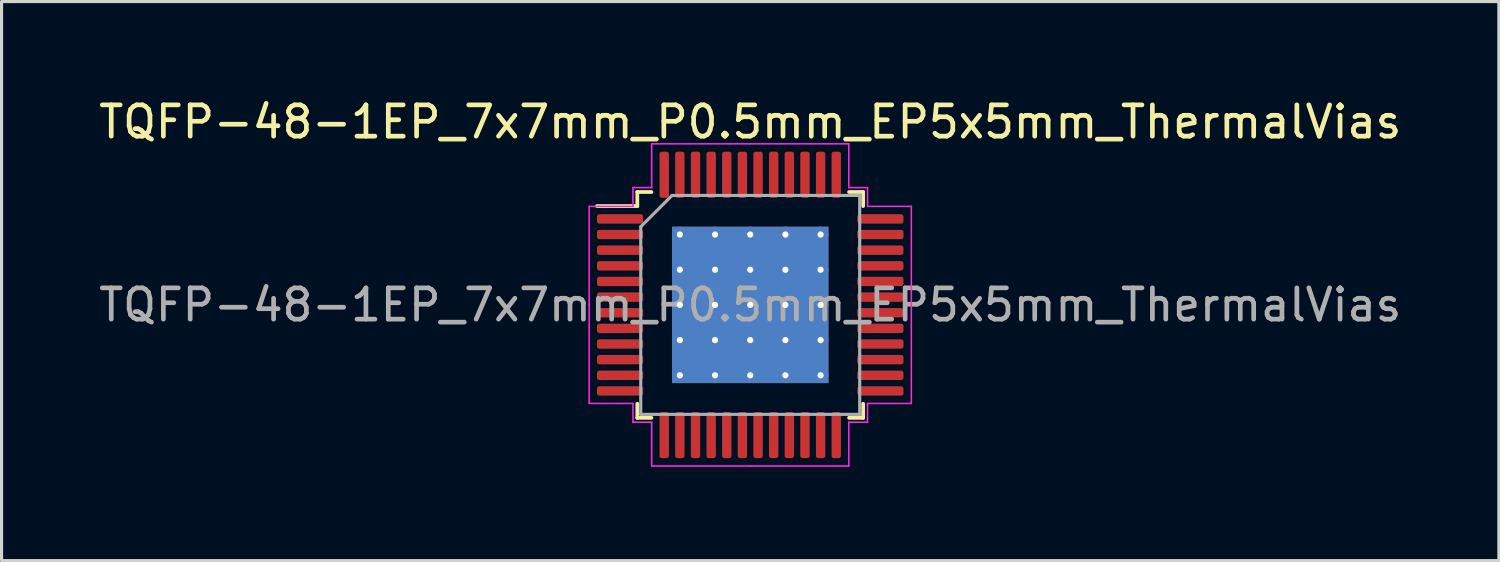
<source format=kicad_pcb>
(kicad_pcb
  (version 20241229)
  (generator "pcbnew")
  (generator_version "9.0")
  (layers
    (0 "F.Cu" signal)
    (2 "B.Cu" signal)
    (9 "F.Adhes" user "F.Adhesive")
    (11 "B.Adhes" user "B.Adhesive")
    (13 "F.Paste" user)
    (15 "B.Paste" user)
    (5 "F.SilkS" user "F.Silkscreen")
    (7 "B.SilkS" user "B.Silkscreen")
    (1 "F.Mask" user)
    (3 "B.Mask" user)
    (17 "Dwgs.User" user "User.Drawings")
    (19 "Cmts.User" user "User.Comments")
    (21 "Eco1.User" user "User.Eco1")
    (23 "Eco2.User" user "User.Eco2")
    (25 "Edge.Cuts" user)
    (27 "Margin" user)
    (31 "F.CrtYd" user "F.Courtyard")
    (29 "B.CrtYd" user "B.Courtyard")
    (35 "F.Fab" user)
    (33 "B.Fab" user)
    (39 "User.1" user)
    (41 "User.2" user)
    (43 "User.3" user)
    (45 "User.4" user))
  (footprint "TQFP-48-1EP_7x7mm_P0.5mm_EP5x5mm_ThermalVias"
    (layer "F.Cu")
    (at 20.935 6.698)
    (property "Reference" "TQFP-48-1EP_7x7mm_P0.5mm_EP5x5mm_ThermalVias" (at 0 -5.85 0) (layer "F.SilkS") (effects (font (size 1 1) (thickness 0.15))))
    (attr smd)
    (fp_line (start -3.61 -3.61) (end -3.61 -3.16) (stroke (width 0.12) (type solid)) (layer "F.SilkS"))
    (fp_line (start -3.61 -3.16) (end -4.9 -3.16) (stroke (width 0.12) (type solid)) (layer "F.SilkS"))
    (fp_line (start -3.61 3.61) (end -3.61 3.16) (stroke (width 0.12) (type solid)) (layer "F.SilkS"))
    (fp_line (start -3.16 -3.61) (end -3.61 -3.61) (stroke (width 0.12) (type solid)) (layer "F.SilkS"))
    (fp_line (start -3.16 3.61) (end -3.61 3.61) (stroke (width 0.12) (type solid)) (layer "F.SilkS"))
    (fp_line (start 3.16 -3.61) (end 3.61 -3.61) (stroke (width 0.12) (type solid)) (layer "F.SilkS"))
    (fp_line (start 3.16 3.61) (end 3.61 3.61) (stroke (width 0.12) (type solid)) (layer "F.SilkS"))
    (fp_line (start 3.61 -3.61) (end 3.61 -3.16) (stroke (width 0.12) (type solid)) (layer "F.SilkS"))
    (fp_line (start 3.61 3.61) (end 3.61 3.16) (stroke (width 0.12) (type solid)) (layer "F.SilkS"))
    (fp_line (start -5.15 -3.15) (end -5.15 0) (stroke (width 0.05) (type solid)) (layer "F.CrtYd"))
    (fp_line (start -5.15 3.15) (end -5.15 0) (stroke (width 0.05) (type solid)) (layer "F.CrtYd"))
    (fp_line (start -3.75 -3.75) (end -3.75 -3.15) (stroke (width 0.05) (type solid)) (layer "F.CrtYd"))
    (fp_line (start -3.75 -3.15) (end -5.15 -3.15) (stroke (width 0.05) (type solid)) (layer "F.CrtYd"))
    (fp_line (start -3.75 3.15) (end -5.15 3.15) (stroke (width 0.05) (type solid)) (layer "F.CrtYd"))
    (fp_line (start -3.75 3.75) (end -3.75 3.15) (stroke (width 0.05) (type solid)) (layer "F.CrtYd"))
    (fp_line (start -3.15 -5.15) (end -3.15 -3.75) (stroke (width 0.05) (type solid)) (layer "F.CrtYd"))
    (fp_line (start -3.15 -3.75) (end -3.75 -3.75) (stroke (width 0.05) (type solid)) (layer "F.CrtYd"))
    (fp_line (start -3.15 3.75) (end -3.75 3.75) (stroke (width 0.05) (type solid)) (layer "F.CrtYd"))
    (fp_line (start -3.15 5.15) (end -3.15 3.75) (stroke (width 0.05) (type solid)) (layer "F.CrtYd"))
    (fp_line (start 0 -5.15) (end -3.15 -5.15) (stroke (width 0.05) (type solid)) (layer "F.CrtYd"))
    (fp_line (start 0 -5.15) (end 3.15 -5.15) (stroke (width 0.05) (type solid)) (layer "F.CrtYd"))
    (fp_line (start 0 5.15) (end -3.15 5.15) (stroke (width 0.05) (type solid)) (layer "F.CrtYd"))
    (fp_line (start 0 5.15) (end 3.15 5.15) (stroke (width 0.05) (type solid)) (layer "F.CrtYd"))
    (fp_line (start 3.15 -5.15) (end 3.15 -3.75) (stroke (width 0.05) (type solid)) (layer "F.CrtYd"))
    (fp_line (start 3.15 -3.75) (end 3.75 -3.75) (stroke (width 0.05) (type solid)) (layer "F.CrtYd"))
    (fp_line (start 3.15 3.75) (end 3.75 3.75) (stroke (width 0.05) (type solid)) (layer "F.CrtYd"))
    (fp_line (start 3.15 5.15) (end 3.15 3.75) (stroke (width 0.05) (type solid)) (layer "F.CrtYd"))
    (fp_line (start 3.75 -3.75) (end 3.75 -3.15) (stroke (width 0.05) (type solid)) (layer "F.CrtYd"))
    (fp_line (start 3.75 -3.15) (end 5.15 -3.15) (stroke (width 0.05) (type solid)) (layer "F.CrtYd"))
    (fp_line (start 3.75 3.15) (end 5.15 3.15) (stroke (width 0.05) (type solid)) (layer "F.CrtYd"))
    (fp_line (start 3.75 3.75) (end 3.75 3.15) (stroke (width 0.05) (type solid)) (layer "F.CrtYd"))
    (fp_line (start 5.15 -3.15) (end 5.15 0) (stroke (width 0.05) (type solid)) (layer "F.CrtYd"))
    (fp_line (start 5.15 3.15) (end 5.15 0) (stroke (width 0.05) (type solid)) (layer "F.CrtYd"))
    (fp_line (start -3.5 -2.5) (end -2.5 -3.5) (stroke (width 0.1) (type solid)) (layer "F.Fab"))
    (fp_line (start -3.5 3.5) (end -3.5 -2.5) (stroke (width 0.1) (type solid)) (layer "F.Fab"))
    (fp_line (start -2.5 -3.5) (end 3.5 -3.5) (stroke (width 0.1) (type solid)) (layer "F.Fab"))
    (fp_line (start 3.5 -3.5) (end 3.5 3.5) (stroke (width 0.1) (type solid)) (layer "F.Fab"))
    (fp_line (start 3.5 3.5) (end -3.5 3.5) (stroke (width 0.1) (type solid)) (layer "F.Fab"))
    (fp_text user "${REFERENCE}" (at 0 0 0) (layer "F.Fab") (effects (font (size 1 1) (thickness 0.15))))
    (pad "" smd custom (at -1.688 -1.688) (size 0.891 0.891) (layers "F.Paste") (options (anchor circle)) (primitives (gr_poly (pts (xy -0.387 -0.29) (xy -0.29 -0.387) (xy 0.29 -0.387) (xy 0.387 -0.29) (xy 0.387 0.29) (xy 0.29 0.387) (xy -0.29 0.387) (xy -0.387 0.29)) (width 0.234) (fill yes))))
    (pad "" smd custom (at -1.688 -0.562) (size 0.891 0.891) (layers "F.Paste") (options (anchor circle)) (primitives (gr_poly (pts (xy -0.387 -0.29) (xy -0.29 -0.387) (xy 0.29 -0.387) (xy 0.387 -0.29) (xy 0.387 0.29) (xy 0.29 0.387) (xy -0.29 0.387) (xy -0.387 0.29)) (width 0.234) (fill yes))))
    (pad "" smd custom (at -1.688 0.562) (size 0.891 0.891) (layers "F.Paste") (options (anchor circle)) (primitives (gr_poly (pts (xy -0.387 -0.29) (xy -0.29 -0.387) (xy 0.29 -0.387) (xy 0.387 -0.29) (xy 0.387 0.29) (xy 0.29 0.387) (xy -0.29 0.387) (xy -0.387 0.29)) (width 0.234) (fill yes))))
    (pad "" smd custom (at -1.688 1.688) (size 0.891 0.891) (layers "F.Paste") (options (anchor circle)) (primitives (gr_poly (pts (xy -0.387 -0.29) (xy -0.29 -0.387) (xy 0.29 -0.387) (xy 0.387 -0.29) (xy 0.387 0.29) (xy 0.29 0.387) (xy -0.29 0.387) (xy -0.387 0.29)) (width 0.234) (fill yes))))
    (pad "" smd custom (at -0.562 -1.688) (size 0.891 0.891) (layers "F.Paste") (options (anchor circle)) (primitives (gr_poly (pts (xy -0.387 -0.29) (xy -0.29 -0.387) (xy 0.29 -0.387) (xy 0.387 -0.29) (xy 0.387 0.29) (xy 0.29 0.387) (xy -0.29 0.387) (xy -0.387 0.29)) (width 0.234) (fill yes))))
    (pad "" smd custom (at -0.562 -0.562) (size 0.891 0.891) (layers "F.Paste") (options (anchor circle)) (primitives (gr_poly (pts (xy -0.387 -0.29) (xy -0.29 -0.387) (xy 0.29 -0.387) (xy 0.387 -0.29) (xy 0.387 0.29) (xy 0.29 0.387) (xy -0.29 0.387) (xy -0.387 0.29)) (width 0.234) (fill yes))))
    (pad "" smd custom (at -0.562 0.562) (size 0.891 0.891) (layers "F.Paste") (options (anchor circle)) (primitives (gr_poly (pts (xy -0.387 -0.29) (xy -0.29 -0.387) (xy 0.29 -0.387) (xy 0.387 -0.29) (xy 0.387 0.29) (xy 0.29 0.387) (xy -0.29 0.387) (xy -0.387 0.29)) (width 0.234) (fill yes))))
    (pad "" smd custom (at -0.562 1.688) (size 0.891 0.891) (layers "F.Paste") (options (anchor circle)) (primitives (gr_poly (pts (xy -0.387 -0.29) (xy -0.29 -0.387) (xy 0.29 -0.387) (xy 0.387 -0.29) (xy 0.387 0.29) (xy 0.29 0.387) (xy -0.29 0.387) (xy -0.387 0.29)) (width 0.234) (fill yes))))
    (pad "" smd custom (at 0.562 -1.688) (size 0.891 0.891) (layers "F.Paste") (options (anchor circle)) (primitives (gr_poly (pts (xy -0.387 -0.29) (xy -0.29 -0.387) (xy 0.29 -0.387) (xy 0.387 -0.29) (xy 0.387 0.29) (xy 0.29 0.387) (xy -0.29 0.387) (xy -0.387 0.29)) (width 0.234) (fill yes))))
    (pad "" smd custom (at 0.562 -0.562) (size 0.891 0.891) (layers "F.Paste") (options (anchor circle)) (primitives (gr_poly (pts (xy -0.387 -0.29) (xy -0.29 -0.387) (xy 0.29 -0.387) (xy 0.387 -0.29) (xy 0.387 0.29) (xy 0.29 0.387) (xy -0.29 0.387) (xy -0.387 0.29)) (width 0.234) (fill yes))))
    (pad "" smd custom (at 0.562 0.562) (size 0.891 0.891) (layers "F.Paste") (options (anchor circle)) (primitives (gr_poly (pts (xy -0.387 -0.29) (xy -0.29 -0.387) (xy 0.29 -0.387) (xy 0.387 -0.29) (xy 0.387 0.29) (xy 0.29 0.387) (xy -0.29 0.387) (xy -0.387 0.29)) (width 0.234) (fill yes))))
    (pad "" smd custom (at 0.562 1.688) (size 0.891 0.891) (layers "F.Paste") (options (anchor circle)) (primitives (gr_poly (pts (xy -0.387 -0.29) (xy -0.29 -0.387) (xy 0.29 -0.387) (xy 0.387 -0.29) (xy 0.387 0.29) (xy 0.29 0.387) (xy -0.29 0.387) (xy -0.387 0.29)) (width 0.234) (fill yes))))
    (pad "" smd custom (at 1.688 -1.688) (size 0.891 0.891) (layers "F.Paste") (options (anchor circle)) (primitives (gr_poly (pts (xy -0.387 -0.29) (xy -0.29 -0.387) (xy 0.29 -0.387) (xy 0.387 -0.29) (xy 0.387 0.29) (xy 0.29 0.387) (xy -0.29 0.387) (xy -0.387 0.29)) (width 0.234) (fill yes))))
    (pad "" smd custom (at 1.688 -0.562) (size 0.891 0.891) (layers "F.Paste") (options (anchor circle)) (primitives (gr_poly (pts (xy -0.387 -0.29) (xy -0.29 -0.387) (xy 0.29 -0.387) (xy 0.387 -0.29) (xy 0.387 0.29) (xy 0.29 0.387) (xy -0.29 0.387) (xy -0.387 0.29)) (width 0.234) (fill yes))))
    (pad "" smd custom (at 1.688 0.562) (size 0.891 0.891) (layers "F.Paste") (options (anchor circle)) (primitives (gr_poly (pts (xy -0.387 -0.29) (xy -0.29 -0.387) (xy 0.29 -0.387) (xy 0.387 -0.29) (xy 0.387 0.29) (xy 0.29 0.387) (xy -0.29 0.387) (xy -0.387 0.29)) (width 0.234) (fill yes))))
    (pad "" smd custom (at 1.688 1.688) (size 0.891 0.891) (layers "F.Paste") (options (anchor circle)) (primitives (gr_poly (pts (xy -0.387 -0.29) (xy -0.29 -0.387) (xy 0.29 -0.387) (xy 0.387 -0.29) (xy 0.387 0.29) (xy 0.29 0.387) (xy -0.29 0.387) (xy -0.387 0.29)) (width 0.234) (fill yes))))
    (pad "1" smd roundrect (at -4.162 -2.75) (size 1.475 0.3) (layers "F.Cu" "F.Mask" "F.Paste") (roundrect_rratio 0.25))
    (pad "2" smd roundrect (at -4.162 -2.25) (size 1.475 0.3) (layers "F.Cu" "F.Mask" "F.Paste") (roundrect_rratio 0.25))
    (pad "3" smd roundrect (at -4.162 -1.75) (size 1.475 0.3) (layers "F.Cu" "F.Mask" "F.Paste") (roundrect_rratio 0.25))
    (pad "4" smd roundrect (at -4.162 -1.25) (size 1.475 0.3) (layers "F.Cu" "F.Mask" "F.Paste") (roundrect_rratio 0.25))
    (pad "5" smd roundrect (at -4.162 -0.75) (size 1.475 0.3) (layers "F.Cu" "F.Mask" "F.Paste") (roundrect_rratio 0.25))
    (pad "6" smd roundrect (at -4.162 -0.25) (size 1.475 0.3) (layers "F.Cu" "F.Mask" "F.Paste") (roundrect_rratio 0.25))
    (pad "7" smd roundrect (at -4.162 0.25) (size 1.475 0.3) (layers "F.Cu" "F.Mask" "F.Paste") (roundrect_rratio 0.25))
    (pad "8" smd roundrect (at -4.162 0.75) (size 1.475 0.3) (layers "F.Cu" "F.Mask" "F.Paste") (roundrect_rratio 0.25))
    (pad "9" smd roundrect (at -4.162 1.25) (size 1.475 0.3) (layers "F.Cu" "F.Mask" "F.Paste") (roundrect_rratio 0.25))
    (pad "10" smd roundrect (at -4.162 1.75) (size 1.475 0.3) (layers "F.Cu" "F.Mask" "F.Paste") (roundrect_rratio 0.25))
    (pad "11" smd roundrect (at -4.162 2.25) (size 1.475 0.3) (layers "F.Cu" "F.Mask" "F.Paste") (roundrect_rratio 0.25))
    (pad "12" smd roundrect (at -4.162 2.75) (size 1.475 0.3) (layers "F.Cu" "F.Mask" "F.Paste") (roundrect_rratio 0.25))
    (pad "13" smd roundrect (at -2.75 4.162) (size 0.3 1.475) (layers "F.Cu" "F.Mask" "F.Paste") (roundrect_rratio 0.25))
    (pad "14" smd roundrect (at -2.25 4.162) (size 0.3 1.475) (layers "F.Cu" "F.Mask" "F.Paste") (roundrect_rratio 0.25))
    (pad "15" smd roundrect (at -1.75 4.162) (size 0.3 1.475) (layers "F.Cu" "F.Mask" "F.Paste") (roundrect_rratio 0.25))
    (pad "16" smd roundrect (at -1.25 4.162) (size 0.3 1.475) (layers "F.Cu" "F.Mask" "F.Paste") (roundrect_rratio 0.25))
    (pad "17" smd roundrect (at -0.75 4.162) (size 0.3 1.475) (layers "F.Cu" "F.Mask" "F.Paste") (roundrect_rratio 0.25))
    (pad "18" smd roundrect (at -0.25 4.162) (size 0.3 1.475) (layers "F.Cu" "F.Mask" "F.Paste") (roundrect_rratio 0.25))
    (pad "19" smd roundrect (at 0.25 4.162) (size 0.3 1.475) (layers "F.Cu" "F.Mask" "F.Paste") (roundrect_rratio 0.25))
    (pad "20" smd roundrect (at 0.75 4.162) (size 0.3 1.475) (layers "F.Cu" "F.Mask" "F.Paste") (roundrect_rratio 0.25))
    (pad "21" smd roundrect (at 1.25 4.162) (size 0.3 1.475) (layers "F.Cu" "F.Mask" "F.Paste") (roundrect_rratio 0.25))
    (pad "22" smd roundrect (at 1.75 4.162) (size 0.3 1.475) (layers "F.Cu" "F.Mask" "F.Paste") (roundrect_rratio 0.25))
    (pad "23" smd roundrect (at 2.25 4.162) (size 0.3 1.475) (layers "F.Cu" "F.Mask" "F.Paste") (roundrect_rratio 0.25))
    (pad "24" smd roundrect (at 2.75 4.162) (size 0.3 1.475) (layers "F.Cu" "F.Mask" "F.Paste") (roundrect_rratio 0.25))
    (pad "25" smd roundrect (at 4.162 2.75) (size 1.475 0.3) (layers "F.Cu" "F.Mask" "F.Paste") (roundrect_rratio 0.25))
    (pad "26" smd roundrect (at 4.162 2.25) (size 1.475 0.3) (layers "F.Cu" "F.Mask" "F.Paste") (roundrect_rratio 0.25))
    (pad "27" smd roundrect (at 4.162 1.75) (size 1.475 0.3) (layers "F.Cu" "F.Mask" "F.Paste") (roundrect_rratio 0.25))
    (pad "28" smd roundrect (at 4.162 1.25) (size 1.475 0.3) (layers "F.Cu" "F.Mask" "F.Paste") (roundrect_rratio 0.25))
    (pad "29" smd roundrect (at 4.162 0.75) (size 1.475 0.3) (layers "F.Cu" "F.Mask" "F.Paste") (roundrect_rratio 0.25))
    (pad "30" smd roundrect (at 4.162 0.25) (size 1.475 0.3) (layers "F.Cu" "F.Mask" "F.Paste") (roundrect_rratio 0.25))
    (pad "31" smd roundrect (at 4.162 -0.25) (size 1.475 0.3) (layers "F.Cu" "F.Mask" "F.Paste") (roundrect_rratio 0.25))
    (pad "32" smd roundrect (at 4.162 -0.75) (size 1.475 0.3) (layers "F.Cu" "F.Mask" "F.Paste") (roundrect_rratio 0.25))
    (pad "33" smd roundrect (at 4.162 -1.25) (size 1.475 0.3) (layers "F.Cu" "F.Mask" "F.Paste") (roundrect_rratio 0.25))
    (pad "34" smd roundrect (at 4.162 -1.75) (size 1.475 0.3) (layers "F.Cu" "F.Mask" "F.Paste") (roundrect_rratio 0.25))
    (pad "35" smd roundrect (at 4.162 -2.25) (size 1.475 0.3) (layers "F.Cu" "F.Mask" "F.Paste") (roundrect_rratio 0.25))
    (pad "36" smd roundrect (at 4.162 -2.75) (size 1.475 0.3) (layers "F.Cu" "F.Mask" "F.Paste") (roundrect_rratio 0.25))
    (pad "37" smd roundrect (at 2.75 -4.162) (size 0.3 1.475) (layers "F.Cu" "F.Mask" "F.Paste") (roundrect_rratio 0.25))
    (pad "38" smd roundrect (at 2.25 -4.162) (size 0.3 1.475) (layers "F.Cu" "F.Mask" "F.Paste") (roundrect_rratio 0.25))
    (pad "39" smd roundrect (at 1.75 -4.162) (size 0.3 1.475) (layers "F.Cu" "F.Mask" "F.Paste") (roundrect_rratio 0.25))
    (pad "40" smd roundrect (at 1.25 -4.162) (size 0.3 1.475) (layers "F.Cu" "F.Mask" "F.Paste") (roundrect_rratio 0.25))
    (pad "41" smd roundrect (at 0.75 -4.162) (size 0.3 1.475) (layers "F.Cu" "F.Mask" "F.Paste") (roundrect_rratio 0.25))
    (pad "42" smd roundrect (at 0.25 -4.162) (size 0.3 1.475) (layers "F.Cu" "F.Mask" "F.Paste") (roundrect_rratio 0.25))
    (pad "43" smd roundrect (at -0.25 -4.162) (size 0.3 1.475) (layers "F.Cu" "F.Mask" "F.Paste") (roundrect_rratio 0.25))
    (pad "44" smd roundrect (at -0.75 -4.162) (size 0.3 1.475) (layers "F.Cu" "F.Mask" "F.Paste") (roundrect_rratio 0.25))
    (pad "45" smd roundrect (at -1.25 -4.162) (size 0.3 1.475) (layers "F.Cu" "F.Mask" "F.Paste") (roundrect_rratio 0.25))
    (pad "46" smd roundrect (at -1.75 -4.162) (size 0.3 1.475) (layers "F.Cu" "F.Mask" "F.Paste") (roundrect_rratio 0.25))
    (pad "47" smd roundrect (at -2.25 -4.162) (size 0.3 1.475) (layers "F.Cu" "F.Mask" "F.Paste") (roundrect_rratio 0.25))
    (pad "48" smd roundrect (at -2.75 -4.162) (size 0.3 1.475) (layers "F.Cu" "F.Mask" "F.Paste") (roundrect_rratio 0.25))
    (pad "49" thru_hole circle (at -2.25 -2.25) (size 0.5 0.5) (drill 0.2) (layers "*.Cu"))
    (pad "49" thru_hole circle (at -2.25 -1.125) (size 0.5 0.5) (drill 0.2) (layers "*.Cu"))
    (pad "49" thru_hole circle (at -2.25 0) (size 0.5 0.5) (drill 0.2) (layers "*.Cu"))
    (pad "49" thru_hole circle (at -2.25 1.125) (size 0.5 0.5) (drill 0.2) (layers "*.Cu"))
    (pad "49" thru_hole circle (at -2.25 2.25) (size 0.5 0.5) (drill 0.2) (layers "*.Cu"))
    (pad "49" thru_hole circle (at -1.125 -2.25) (size 0.5 0.5) (drill 0.2) (layers "*.Cu"))
    (pad "49" thru_hole circle (at -1.125 -1.125) (size 0.5 0.5) (drill 0.2) (layers "*.Cu"))
    (pad "49" thru_hole circle (at -1.125 0) (size 0.5 0.5) (drill 0.2) (layers "*.Cu"))
    (pad "49" thru_hole circle (at -1.125 1.125) (size 0.5 0.5) (drill 0.2) (layers "*.Cu"))
    (pad "49" thru_hole circle (at -1.125 2.25) (size 0.5 0.5) (drill 0.2) (layers "*.Cu"))
    (pad "49" thru_hole circle (at 0 -2.25) (size 0.5 0.5) (drill 0.2) (layers "*.Cu"))
    (pad "49" thru_hole circle (at 0 -1.125) (size 0.5 0.5) (drill 0.2) (layers "*.Cu"))
    (pad "49" thru_hole circle (at 0 0) (size 0.5 0.5) (drill 0.2) (layers "*.Cu"))
    (pad "49" smd rect (at 0 0) (size 5 5) (layers "F.Cu" "F.Mask"))
    (pad "49" smd rect (at 0 0) (size 5 5) (layers "B.Cu"))
    (pad "49" thru_hole circle (at 0 1.125) (size 0.5 0.5) (drill 0.2) (layers "*.Cu"))
    (pad "49" thru_hole circle (at 0 2.25) (size 0.5 0.5) (drill 0.2) (layers "*.Cu"))
    (pad "49" thru_hole circle (at 1.125 -2.25) (size 0.5 0.5) (drill 0.2) (layers "*.Cu"))
    (pad "49" thru_hole circle (at 1.125 -1.125) (size 0.5 0.5) (drill 0.2) (layers "*.Cu"))
    (pad "49" thru_hole circle (at 1.125 0) (size 0.5 0.5) (drill 0.2) (layers "*.Cu"))
    (pad "49" thru_hole circle (at 1.125 1.125) (size 0.5 0.5) (drill 0.2) (layers "*.Cu"))
    (pad "49" thru_hole circle (at 1.125 2.25) (size 0.5 0.5) (drill 0.2) (layers "*.Cu"))
    (pad "49" thru_hole circle (at 2.25 -2.25) (size 0.5 0.5) (drill 0.2) (layers "*.Cu"))
    (pad "49" thru_hole circle (at 2.25 -1.125) (size 0.5 0.5) (drill 0.2) (layers "*.Cu"))
    (pad "49" thru_hole circle (at 2.25 0) (size 0.5 0.5) (drill 0.2) (layers "*.Cu"))
    (pad "49" thru_hole circle (at 2.25 1.125) (size 0.5 0.5) (drill 0.2) (layers "*.Cu"))
    (pad "49" thru_hole circle (at 2.25 2.25) (size 0.5 0.5) (drill 0.2) (layers "*.Cu")))
  (gr_rect
    (start -3 -3)
    (end 44.869 14.873)
    (stroke (width 0.1) (type default))
    (fill no)
    (layer "Edge.Cuts")))
</source>
